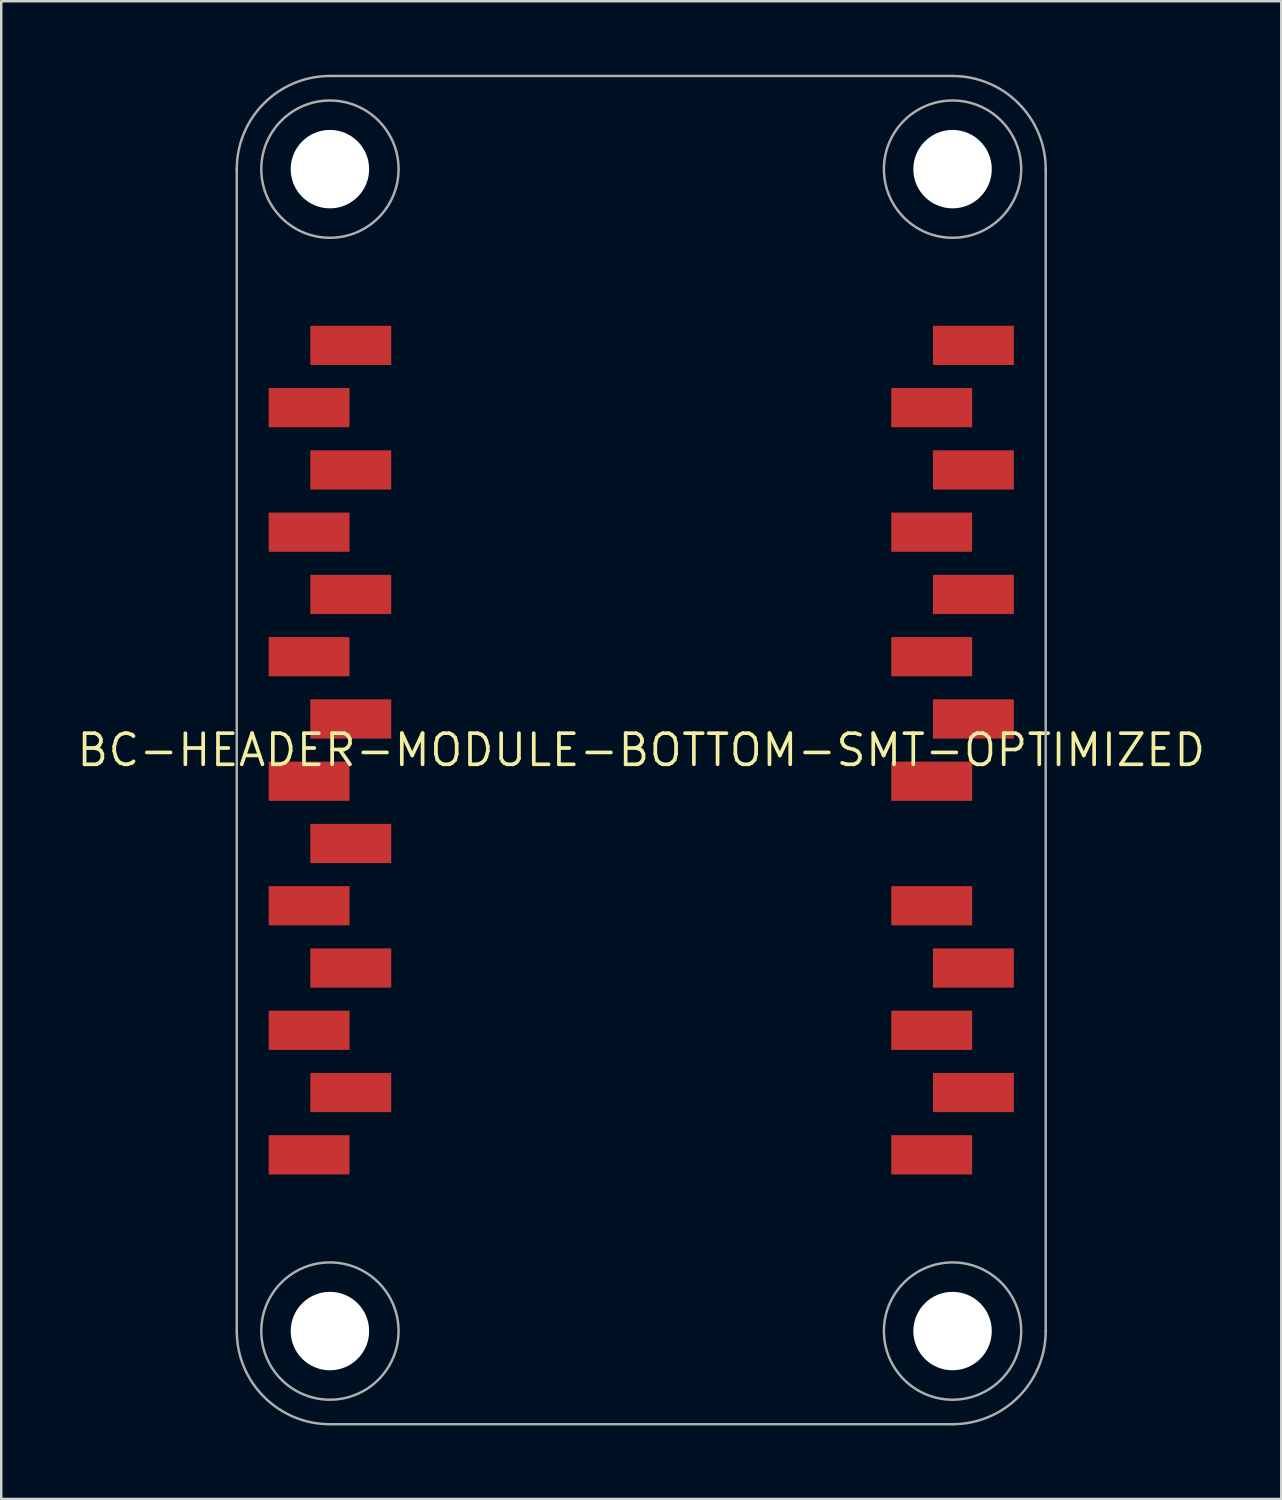
<source format=kicad_pcb>
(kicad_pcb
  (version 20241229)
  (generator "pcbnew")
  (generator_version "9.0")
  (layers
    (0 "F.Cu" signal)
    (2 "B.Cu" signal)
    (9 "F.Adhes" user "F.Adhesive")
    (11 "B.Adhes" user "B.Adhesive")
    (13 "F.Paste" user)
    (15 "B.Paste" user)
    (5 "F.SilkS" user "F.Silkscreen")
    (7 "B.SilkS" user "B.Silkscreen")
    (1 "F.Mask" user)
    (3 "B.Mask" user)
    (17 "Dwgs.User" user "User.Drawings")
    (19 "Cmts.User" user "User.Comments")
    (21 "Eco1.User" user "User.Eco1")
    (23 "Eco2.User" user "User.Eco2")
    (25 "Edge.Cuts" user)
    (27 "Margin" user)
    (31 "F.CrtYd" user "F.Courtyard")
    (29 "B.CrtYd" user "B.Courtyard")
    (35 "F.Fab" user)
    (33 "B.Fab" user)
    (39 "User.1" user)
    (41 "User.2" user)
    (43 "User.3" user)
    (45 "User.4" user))
  (footprint "BC-HEADER-MODULE-BOTTOM-SMT-OPTIMIZED"
    (layer "F.Cu")
    (at 23.109 27.55)
    (property "Reference" "BC-HEADER-MODULE-BOTTOM-SMT-OPTIMIZED" (at 0 0 0) (unlocked yes) (layer "F.SilkS") (effects (font (size 1.27 1.27) (thickness 0.15))))
    (fp_poly (pts (xy -11.9 -13.17) (xy -15.2 -13.17) (xy -15.2 -14.77) (xy -11.9 -14.77)) (stroke (width 0) (type default)) (fill yes) (layer "F.Cu"))
    (fp_poly (pts (xy -11.9 -8.09) (xy -15.2 -8.09) (xy -15.2 -9.69) (xy -11.9 -9.69)) (stroke (width 0) (type default)) (fill yes) (layer "F.Cu"))
    (fp_poly (pts (xy -11.9 -3.01) (xy -15.2 -3.01) (xy -15.2 -4.61) (xy -11.9 -4.61)) (stroke (width 0) (type default)) (fill yes) (layer "F.Cu"))
    (fp_poly (pts (xy -11.9 2.07) (xy -15.2 2.07) (xy -15.2 0.47) (xy -11.9 0.47)) (stroke (width 0) (type default)) (fill yes) (layer "F.Cu"))
    (fp_poly (pts (xy -11.9 7.15) (xy -15.2 7.15) (xy -15.2 5.55) (xy -11.9 5.55)) (stroke (width 0) (type default)) (fill yes) (layer "F.Cu"))
    (fp_poly (pts (xy -11.9 12.23) (xy -15.2 12.23) (xy -15.2 10.63) (xy -11.9 10.63)) (stroke (width 0) (type default)) (fill yes) (layer "F.Cu"))
    (fp_poly (pts (xy -11.9 17.31) (xy -15.2 17.31) (xy -15.2 15.71) (xy -11.9 15.71)) (stroke (width 0) (type default)) (fill yes) (layer "F.Cu"))
    (fp_poly (pts (xy -10.2 -15.71) (xy -13.5 -15.71) (xy -13.5 -17.31) (xy -10.2 -17.31)) (stroke (width 0) (type default)) (fill yes) (layer "F.Cu"))
    (fp_poly (pts (xy -10.2 -10.63) (xy -13.5 -10.63) (xy -13.5 -12.23) (xy -10.2 -12.23)) (stroke (width 0) (type default)) (fill yes) (layer "F.Cu"))
    (fp_poly (pts (xy -10.2 -5.55) (xy -13.5 -5.55) (xy -13.5 -7.15) (xy -10.2 -7.15)) (stroke (width 0) (type default)) (fill yes) (layer "F.Cu"))
    (fp_poly (pts (xy -10.2 -0.47) (xy -13.5 -0.47) (xy -13.5 -2.07) (xy -10.2 -2.07)) (stroke (width 0) (type default)) (fill yes) (layer "F.Cu"))
    (fp_poly (pts (xy -10.2 4.61) (xy -13.5 4.61) (xy -13.5 3.01) (xy -10.2 3.01)) (stroke (width 0) (type default)) (fill yes) (layer "F.Cu"))
    (fp_poly (pts (xy -10.2 9.69) (xy -13.5 9.69) (xy -13.5 8.09) (xy -10.2 8.09)) (stroke (width 0) (type default)) (fill yes) (layer "F.Cu"))
    (fp_poly (pts (xy -10.2 14.77) (xy -13.5 14.77) (xy -13.5 13.17) (xy -10.2 13.17)) (stroke (width 0) (type default)) (fill yes) (layer "F.Cu"))
    (fp_poly (pts (xy 13.5 -13.17) (xy 10.2 -13.17) (xy 10.2 -14.77) (xy 13.5 -14.77)) (stroke (width 0) (type default)) (fill yes) (layer "F.Cu"))
    (fp_poly (pts (xy 13.5 -8.09) (xy 10.2 -8.09) (xy 10.2 -9.69) (xy 13.5 -9.69)) (stroke (width 0) (type default)) (fill yes) (layer "F.Cu"))
    (fp_poly (pts (xy 13.5 -3.01) (xy 10.2 -3.01) (xy 10.2 -4.61) (xy 13.5 -4.61)) (stroke (width 0) (type default)) (fill yes) (layer "F.Cu"))
    (fp_poly (pts (xy 13.5 2.07) (xy 10.2 2.07) (xy 10.2 0.47) (xy 13.5 0.47)) (stroke (width 0) (type default)) (fill yes) (layer "F.Cu"))
    (fp_poly (pts (xy 13.5 7.15) (xy 10.2 7.15) (xy 10.2 5.55) (xy 13.5 5.55)) (stroke (width 0) (type default)) (fill yes) (layer "F.Cu"))
    (fp_poly (pts (xy 13.5 12.23) (xy 10.2 12.23) (xy 10.2 10.63) (xy 13.5 10.63)) (stroke (width 0) (type default)) (fill yes) (layer "F.Cu"))
    (fp_poly (pts (xy 13.5 17.31) (xy 10.2 17.31) (xy 10.2 15.71) (xy 13.5 15.71)) (stroke (width 0) (type default)) (fill yes) (layer "F.Cu"))
    (fp_poly (pts (xy 15.2 -15.71) (xy 11.9 -15.71) (xy 11.9 -17.31) (xy 15.2 -17.31)) (stroke (width 0) (type default)) (fill yes) (layer "F.Cu"))
    (fp_poly (pts (xy 15.2 -10.63) (xy 11.9 -10.63) (xy 11.9 -12.23) (xy 15.2 -12.23)) (stroke (width 0) (type default)) (fill yes) (layer "F.Cu"))
    (fp_poly (pts (xy 15.2 -5.55) (xy 11.9 -5.55) (xy 11.9 -7.15) (xy 15.2 -7.15)) (stroke (width 0) (type default)) (fill yes) (layer "F.Cu"))
    (fp_poly (pts (xy 15.2 -0.47) (xy 11.9 -0.47) (xy 11.9 -2.07) (xy 15.2 -2.07)) (stroke (width 0) (type default)) (fill yes) (layer "F.Cu"))
    (fp_poly (pts (xy 15.2 9.69) (xy 11.9 9.69) (xy 11.9 8.09) (xy 15.2 8.09)) (stroke (width 0) (type default)) (fill yes) (layer "F.Cu"))
    (fp_poly (pts (xy 15.2 14.77) (xy 11.9 14.77) (xy 11.9 13.17) (xy 15.2 13.17)) (stroke (width 0) (type default)) (fill yes) (layer "F.Cu"))
    (fp_poly (pts (xy -13.6 -15.61) (xy -10.1 -15.61) (xy -10.1 -17.41) (xy -13.6 -17.41)) (stroke (width 0) (type default)) (fill yes) (layer "F.Mask"))
    (fp_poly (pts (xy -13.6 -10.53) (xy -10.1 -10.53) (xy -10.1 -12.33) (xy -13.6 -12.33)) (stroke (width 0) (type default)) (fill yes) (layer "F.Mask"))
    (fp_poly (pts (xy -13.6 -5.45) (xy -10.1 -5.45) (xy -10.1 -7.25) (xy -13.6 -7.25)) (stroke (width 0) (type default)) (fill yes) (layer "F.Mask"))
    (fp_poly (pts (xy -13.6 -0.37) (xy -10.1 -0.37) (xy -10.1 -2.17) (xy -13.6 -2.17)) (stroke (width 0) (type default)) (fill yes) (layer "F.Mask"))
    (fp_poly (pts (xy -13.6 4.71) (xy -10.1 4.71) (xy -10.1 2.91) (xy -13.6 2.91)) (stroke (width 0) (type default)) (fill yes) (layer "F.Mask"))
    (fp_poly (pts (xy -13.6 9.79) (xy -10.1 9.79) (xy -10.1 7.99) (xy -13.6 7.99)) (stroke (width 0) (type default)) (fill yes) (layer "F.Mask"))
    (fp_poly (pts (xy -13.6 14.87) (xy -10.1 14.87) (xy -10.1 13.07) (xy -13.6 13.07)) (stroke (width 0) (type default)) (fill yes) (layer "F.Mask"))
    (fp_poly (pts (xy -11.8 -14.87) (xy -15.3 -14.87) (xy -15.3 -13.07) (xy -11.8 -13.07)) (stroke (width 0) (type default)) (fill yes) (layer "F.Mask"))
    (fp_poly (pts (xy -11.8 -9.79) (xy -15.3 -9.79) (xy -15.3 -7.99) (xy -11.8 -7.99)) (stroke (width 0) (type default)) (fill yes) (layer "F.Mask"))
    (fp_poly (pts (xy -11.8 -4.71) (xy -15.3 -4.71) (xy -15.3 -2.91) (xy -11.8 -2.91)) (stroke (width 0) (type default)) (fill yes) (layer "F.Mask"))
    (fp_poly (pts (xy -11.8 0.37) (xy -15.3 0.37) (xy -15.3 2.17) (xy -11.8 2.17)) (stroke (width 0) (type default)) (fill yes) (layer "F.Mask"))
    (fp_poly (pts (xy -11.8 5.45) (xy -15.3 5.45) (xy -15.3 7.25) (xy -11.8 7.25)) (stroke (width 0) (type default)) (fill yes) (layer "F.Mask"))
    (fp_poly (pts (xy -11.8 10.53) (xy -15.3 10.53) (xy -15.3 12.33) (xy -11.8 12.33)) (stroke (width 0) (type default)) (fill yes) (layer "F.Mask"))
    (fp_poly (pts (xy -11.8 15.61) (xy -15.3 15.61) (xy -15.3 17.41) (xy -11.8 17.41)) (stroke (width 0) (type default)) (fill yes) (layer "F.Mask"))
    (fp_poly (pts (xy 11.8 -15.61) (xy 15.3 -15.61) (xy 15.3 -17.41) (xy 11.8 -17.41)) (stroke (width 0) (type default)) (fill yes) (layer "F.Mask"))
    (fp_poly (pts (xy 11.8 -10.53) (xy 15.3 -10.53) (xy 15.3 -12.33) (xy 11.8 -12.33)) (stroke (width 0) (type default)) (fill yes) (layer "F.Mask"))
    (fp_poly (pts (xy 11.8 -5.45) (xy 15.3 -5.45) (xy 15.3 -7.25) (xy 11.8 -7.25)) (stroke (width 0) (type default)) (fill yes) (layer "F.Mask"))
    (fp_poly (pts (xy 11.8 -0.37) (xy 15.3 -0.37) (xy 15.3 -2.17) (xy 11.8 -2.17)) (stroke (width 0) (type default)) (fill yes) (layer "F.Mask"))
    (fp_poly (pts (xy 11.8 9.79) (xy 15.3 9.79) (xy 15.3 7.99) (xy 11.8 7.99)) (stroke (width 0) (type default)) (fill yes) (layer "F.Mask"))
    (fp_poly (pts (xy 11.8 14.87) (xy 15.3 14.87) (xy 15.3 13.07) (xy 11.8 13.07)) (stroke (width 0) (type default)) (fill yes) (layer "F.Mask"))
    (fp_poly (pts (xy 13.6 -14.87) (xy 10.1 -14.87) (xy 10.1 -13.07) (xy 13.6 -13.07)) (stroke (width 0) (type default)) (fill yes) (layer "F.Mask"))
    (fp_poly (pts (xy 13.6 -9.79) (xy 10.1 -9.79) (xy 10.1 -7.99) (xy 13.6 -7.99)) (stroke (width 0) (type default)) (fill yes) (layer "F.Mask"))
    (fp_poly (pts (xy 13.6 -4.71) (xy 10.1 -4.71) (xy 10.1 -2.91) (xy 13.6 -2.91)) (stroke (width 0) (type default)) (fill yes) (layer "F.Mask"))
    (fp_poly (pts (xy 13.6 0.37) (xy 10.1 0.37) (xy 10.1 2.17) (xy 13.6 2.17)) (stroke (width 0) (type default)) (fill yes) (layer "F.Mask"))
    (fp_poly (pts (xy 13.6 5.45) (xy 10.1 5.45) (xy 10.1 7.25) (xy 13.6 7.25)) (stroke (width 0) (type default)) (fill yes) (layer "F.Mask"))
    (fp_poly (pts (xy 13.6 10.53) (xy 10.1 10.53) (xy 10.1 12.33) (xy 13.6 12.33)) (stroke (width 0) (type default)) (fill yes) (layer "F.Mask"))
    (fp_poly (pts (xy 13.6 15.61) (xy 10.1 15.61) (xy 10.1 17.41) (xy 13.6 17.41)) (stroke (width 0) (type default)) (fill yes) (layer "F.Mask"))
    (fp_poly (pts (xy -15.7 -13.32) (xy -13.6 -13.32) (xy -13.6 -14.62) (xy -15.7 -14.62)) (stroke (width 0) (type default)) (fill yes) (layer "F.Paste"))
    (fp_poly (pts (xy -15.7 -8.24) (xy -13.6 -8.24) (xy -13.6 -9.54) (xy -15.7 -9.54)) (stroke (width 0) (type default)) (fill yes) (layer "F.Paste"))
    (fp_poly (pts (xy -15.7 -3.16) (xy -13.6 -3.16) (xy -13.6 -4.46) (xy -15.7 -4.46)) (stroke (width 0) (type default)) (fill yes) (layer "F.Paste"))
    (fp_poly (pts (xy -15.7 1.92) (xy -13.6 1.92) (xy -13.6 0.62) (xy -15.7 0.62)) (stroke (width 0) (type default)) (fill yes) (layer "F.Paste"))
    (fp_poly (pts (xy -15.7 7) (xy -13.6 7) (xy -13.6 5.7) (xy -15.7 5.7)) (stroke (width 0) (type default)) (fill yes) (layer "F.Paste"))
    (fp_poly (pts (xy -13.6 10.78) (xy -15.7 10.78) (xy -15.7 12.08) (xy -13.6 12.08)) (stroke (width 0) (type default)) (fill yes) (layer "F.Paste"))
    (fp_poly (pts (xy -13.6 15.86) (xy -15.7 15.86) (xy -15.7 17.16) (xy -13.6 17.16)) (stroke (width 0) (type default)) (fill yes) (layer "F.Paste"))
    (fp_poly (pts (xy -11.8 -10.78) (xy -9.7 -10.78) (xy -9.7 -12.08) (xy -11.8 -12.08)) (stroke (width 0) (type default)) (fill yes) (layer "F.Paste"))
    (fp_poly (pts (xy -11.8 -5.7) (xy -9.7 -5.7) (xy -9.7 -7) (xy -11.8 -7)) (stroke (width 0) (type default)) (fill yes) (layer "F.Paste"))
    (fp_poly (pts (xy -11.8 -0.62) (xy -9.7 -0.62) (xy -9.7 -1.92) (xy -11.8 -1.92)) (stroke (width 0) (type default)) (fill yes) (layer "F.Paste"))
    (fp_poly (pts (xy -11.8 4.46) (xy -9.7 4.46) (xy -9.7 3.16) (xy -11.8 3.16)) (stroke (width 0) (type default)) (fill yes) (layer "F.Paste"))
    (fp_poly (pts (xy -11.8 9.54) (xy -9.7 9.54) (xy -9.7 8.24) (xy -11.8 8.24)) (stroke (width 0) (type default)) (fill yes) (layer "F.Paste"))
    (fp_poly (pts (xy -11.8 14.62) (xy -9.7 14.62) (xy -9.7 13.32) (xy -11.8 13.32)) (stroke (width 0) (type default)) (fill yes) (layer "F.Paste"))
    (fp_poly (pts (xy -9.7 -17.16) (xy -11.8 -17.16) (xy -11.8 -15.86) (xy -9.7 -15.86)) (stroke (width 0) (type default)) (fill yes) (layer "F.Paste"))
    (fp_poly (pts (xy 9.7 -13.32) (xy 11.8 -13.32) (xy 11.8 -14.62) (xy 9.7 -14.62)) (stroke (width 0) (type default)) (fill yes) (layer "F.Paste"))
    (fp_poly (pts (xy 9.7 -8.24) (xy 11.8 -8.24) (xy 11.8 -9.54) (xy 9.7 -9.54)) (stroke (width 0) (type default)) (fill yes) (layer "F.Paste"))
    (fp_poly (pts (xy 9.7 -3.16) (xy 11.8 -3.16) (xy 11.8 -4.46) (xy 9.7 -4.46)) (stroke (width 0) (type default)) (fill yes) (layer "F.Paste"))
    (fp_poly (pts (xy 9.7 1.92) (xy 11.8 1.92) (xy 11.8 0.62) (xy 9.7 0.62)) (stroke (width 0) (type default)) (fill yes) (layer "F.Paste"))
    (fp_poly (pts (xy 9.7 7) (xy 11.8 7) (xy 11.8 5.7) (xy 9.7 5.7)) (stroke (width 0) (type default)) (fill yes) (layer "F.Paste"))
    (fp_poly (pts (xy 11.8 10.78) (xy 9.7 10.78) (xy 9.7 12.08) (xy 11.8 12.08)) (stroke (width 0) (type default)) (fill yes) (layer "F.Paste"))
    (fp_poly (pts (xy 11.8 15.86) (xy 9.7 15.86) (xy 9.7 17.16) (xy 11.8 17.16)) (stroke (width 0) (type default)) (fill yes) (layer "F.Paste"))
    (fp_poly (pts (xy 13.6 -10.78) (xy 15.7 -10.78) (xy 15.7 -12.08) (xy 13.6 -12.08)) (stroke (width 0) (type default)) (fill yes) (layer "F.Paste"))
    (fp_poly (pts (xy 13.6 -5.7) (xy 15.7 -5.7) (xy 15.7 -7) (xy 13.6 -7)) (stroke (width 0) (type default)) (fill yes) (layer "F.Paste"))
    (fp_poly (pts (xy 13.6 -0.62) (xy 15.7 -0.62) (xy 15.7 -1.92) (xy 13.6 -1.92)) (stroke (width 0) (type default)) (fill yes) (layer "F.Paste"))
    (fp_poly (pts (xy 13.6 9.54) (xy 15.7 9.54) (xy 15.7 8.24) (xy 13.6 8.24)) (stroke (width 0) (type default)) (fill yes) (layer "F.Paste"))
    (fp_poly (pts (xy 13.6 14.62) (xy 15.7 14.62) (xy 15.7 13.32) (xy 13.6 13.32)) (stroke (width 0) (type default)) (fill yes) (layer "F.Paste"))
    (fp_poly (pts (xy 15.7 -17.16) (xy 13.6 -17.16) (xy 13.6 -15.86) (xy 15.7 -15.86)) (stroke (width 0) (type default)) (fill yes) (layer "F.Paste"))
    (fp_line (start -16.5 23.7) (end -16.5 -23.7) (stroke (width 0.1) (type solid)) (layer "F.Fab"))
    (fp_line (start -12.7 -27.5) (end 12.7 -27.5) (stroke (width 0.1) (type solid)) (layer "F.Fab"))
    (fp_line (start 12.7 27.5) (end -12.7 27.5) (stroke (width 0.1) (type solid)) (layer "F.Fab"))
    (fp_line (start 16.5 -23.7) (end 16.5 23.7) (stroke (width 0.1) (type solid)) (layer "F.Fab"))
    (fp_arc (start -16.5 -23.7) (mid -15.387006 -26.387006) (end -12.7 -27.5) (stroke (width 0.1) (type solid)) (layer "F.Fab"))
    (fp_arc (start -12.7 27.5) (mid -15.387006 26.387006) (end -16.5 23.7) (stroke (width 0.1) (type solid)) (layer "F.Fab"))
    (fp_arc (start 12.7 -27.5) (mid 15.387006 -26.387006) (end 16.5 -23.7) (stroke (width 0.1) (type solid)) (layer "F.Fab"))
    (fp_arc (start 16.5 23.7) (mid 15.387006 26.387006) (end 12.7 27.5) (stroke (width 0.1) (type solid)) (layer "F.Fab"))
    (fp_circle (center -12.7 -23.7) (end -9.9 -23.7) (stroke (width 0.1) (type solid)) (fill no) (layer "F.Fab"))
    (fp_circle (center -12.7 23.7) (end -9.9 23.7) (stroke (width 0.1) (type solid)) (fill no) (layer "F.Fab"))
    (fp_circle (center 12.7 -23.7) (end 15.5 -23.7) (stroke (width 0.1) (type solid)) (fill no) (layer "F.Fab"))
    (fp_circle (center 12.7 23.7) (end 15.5 23.7) (stroke (width 0.1) (type solid)) (fill no) (layer "F.Fab"))
    (pad "" np_thru_hole circle (at -12.7 -23.7) (size 3.2 3.2) (drill 3.2) (layers "*.Cu" "*.Mask"))
    (pad "" np_thru_hole circle (at -12.7 23.7) (size 3.2 3.2) (drill 3.2) (layers "*.Cu" "*.Mask"))
    (pad "" np_thru_hole circle (at 12.7 -23.7) (size 3.2 3.2) (drill 3.2) (layers "*.Cu" "*.Mask"))
    (pad "" np_thru_hole circle (at 12.7 23.7) (size 3.2 3.2) (drill 3.2) (layers "*.Cu" "*.Mask"))
    (pad "1" smd roundrect (at -12.7 -16.51) (size 1 1) (layers "F.Cu") (roundrect_rratio 0.5))
    (pad "2" smd roundrect (at -12.7 -13.97) (size 1 1) (layers "F.Cu") (roundrect_rratio 0.5))
    (pad "3" smd roundrect (at -12.7 -11.43) (size 1 1) (layers "F.Cu") (roundrect_rratio 0.5))
    (pad "4" smd roundrect (at -12.7 -8.89) (size 1 1) (layers "F.Cu") (roundrect_rratio 0.5))
    (pad "5" smd roundrect (at -12.7 -6.35) (size 1 1) (layers "F.Cu") (roundrect_rratio 0.5))
    (pad "6" smd roundrect (at -12.7 -3.81) (size 1 1) (layers "F.Cu") (roundrect_rratio 0.5))
    (pad "7" smd roundrect (at -12.7 -1.27) (size 1 1) (layers "F.Cu") (roundrect_rratio 0.5))
    (pad "8" smd roundrect (at -12.7 1.27) (size 1 1) (layers "F.Cu") (roundrect_rratio 0.5))
    (pad "9" smd roundrect (at -12.7 3.81) (size 1 1) (layers "F.Cu") (roundrect_rratio 0.5))
    (pad "10" smd roundrect (at -12.7 6.35) (size 1 1) (layers "F.Cu") (roundrect_rratio 0.5))
    (pad "11" smd roundrect (at -12.7 8.89) (size 1 1) (layers "F.Cu") (roundrect_rratio 0.5))
    (pad "12" smd roundrect (at -12.7 11.43) (size 1 1) (layers "F.Cu") (roundrect_rratio 0.5))
    (pad "13" smd roundrect (at -12.7 13.97) (size 1 1) (layers "F.Cu") (roundrect_rratio 0.5))
    (pad "14" smd roundrect (at -12.7 16.51) (size 1 1) (layers "F.Cu") (roundrect_rratio 0.5))
    (pad "15" smd roundrect (at 12.7 16.51) (size 1 1) (layers "F.Cu") (roundrect_rratio 0.5))
    (pad "16" smd roundrect (at 12.7 13.97) (size 1 1) (layers "F.Cu") (roundrect_rratio 0.5))
    (pad "17" smd roundrect (at 12.7 11.43) (size 1 1) (layers "F.Cu") (roundrect_rratio 0.5))
    (pad "18" smd roundrect (at 12.7 8.89) (size 1 1) (layers "F.Cu") (roundrect_rratio 0.5))
    (pad "19" smd roundrect (at 12.7 6.35) (size 1 1) (layers "F.Cu") (roundrect_rratio 0.5))
    (pad "21" smd roundrect (at 12.7 1.27) (size 1 1) (layers "F.Cu") (roundrect_rratio 0.5))
    (pad "22" smd roundrect (at 12.7 -1.27) (size 1 1) (layers "F.Cu") (roundrect_rratio 0.5))
    (pad "23" smd roundrect (at 12.7 -3.81) (size 1 1) (layers "F.Cu") (roundrect_rratio 0.5))
    (pad "24" smd roundrect (at 12.7 -6.35) (size 1 1) (layers "F.Cu") (roundrect_rratio 0.5))
    (pad "25" smd roundrect (at 12.7 -8.89) (size 1 1) (layers "F.Cu") (roundrect_rratio 0.5))
    (pad "26" smd roundrect (at 12.7 -11.43) (size 1 1) (layers "F.Cu") (roundrect_rratio 0.5))
    (pad "27" smd roundrect (at 12.7 -13.97) (size 1 1) (layers "F.Cu") (roundrect_rratio 0.5))
    (pad "28" smd roundrect (at 12.7 -16.51) (size 1 1) (layers "F.Cu") (roundrect_rratio 0.5))
    (zone (net_name "") (layer "F.Cu") (hatch edge 0.5) (connect_pads) (min_thickness 0.25) (filled_areas_thickness no) (keepout (tracks not_allowed) (vias not_allowed) (pads not_allowed) (copperpour not_allowed) (footprints allowed)) (placement (enabled no)) (fill) (polygon (pts (xy 6.709 48.15) (xy 10.409 48.15) (xy 10.756 48.169) (xy 11.099 48.228) (xy 11.433 48.324) (xy 11.754 48.457) (xy 12.058 48.625) (xy 12.342 48.826) (xy 12.601 49.058) (xy 12.833 49.317) (xy 13.034 49.601) (xy 13.202 49.905) (xy 13.335 50.226) (xy 13.431 50.56) (xy 13.509 51.25) (xy 13.509 54.95) (xy 10.409 54.95) (xy 10.022 54.93) (xy 9.64 54.869) (xy 9.266 54.769) (xy 8.904 54.63) (xy 8.559 54.454) (xy 8.234 54.243) (xy 7.933 54) (xy 7.66 53.726) (xy 7.416 53.425) (xy 7.205 53.1) (xy 7.029 52.755) (xy 6.89 52.393) (xy 6.79 52.019) (xy 6.709 51.25))))
    (zone (net_name "") (layer "F.Cu") (hatch edge 0.5) (connect_pads) (min_thickness 0.25) (filled_areas_thickness no) (keepout (tracks not_allowed) (vias not_allowed) (pads not_allowed) (copperpour not_allowed) (footprints allowed)) (placement (enabled no)) (fill) (polygon (pts (xy 13.509 0.15) (xy 13.509 3.85) (xy 13.49 4.197) (xy 13.431 4.54) (xy 13.335 4.874) (xy 13.202 5.195) (xy 13.034 5.499) (xy 12.833 5.783) (xy 12.601 6.042) (xy 12.342 6.274) (xy 12.058 6.475) (xy 11.754 6.643) (xy 11.433 6.776) (xy 11.099 6.872) (xy 10.409 6.95) (xy 6.709 6.95) (xy 6.709 3.85) (xy 6.729 3.463) (xy 6.79 3.081) (xy 6.89 2.707) (xy 7.029 2.345) (xy 7.205 2) (xy 7.416 1.675) (xy 7.66 1.374) (xy 7.933 1.1) (xy 8.234 0.857) (xy 8.559 0.646) (xy 8.904 0.47) (xy 9.266 0.331) (xy 9.64 0.231) (xy 10.409 0.15))))
    (zone (net_name "") (layer "F.Cu") (hatch edge 0.5) (connect_pads) (min_thickness 0.25) (filled_areas_thickness no) (keepout (tracks not_allowed) (vias not_allowed) (pads not_allowed) (copperpour not_allowed) (footprints allowed)) (placement (enabled no)) (fill) (polygon (pts (xy 32.709 54.95) (xy 32.709 51.25) (xy 32.729 50.903) (xy 32.787 50.56) (xy 32.883 50.226) (xy 33.016 49.905) (xy 33.184 49.601) (xy 33.386 49.317) (xy 33.617 49.058) (xy 33.876 48.826) (xy 34.16 48.625) (xy 34.464 48.457) (xy 34.785 48.324) (xy 35.119 48.228) (xy 35.809 48.15) (xy 39.509 48.15) (xy 39.509 51.25) (xy 39.489 51.637) (xy 39.428 52.019) (xy 39.328 52.393) (xy 39.189 52.755) (xy 39.013 53.1) (xy 38.803 53.425) (xy 38.559 53.726) (xy 38.285 54) (xy 37.984 54.243) (xy 37.659 54.454) (xy 37.314 54.63) (xy 36.953 54.769) (xy 36.578 54.869) (xy 36.196 54.93) (xy 35.809 54.95))))
    (zone (net_name "") (layer "F.Cu") (hatch edge 0.5) (connect_pads) (min_thickness 0.25) (filled_areas_thickness no) (keepout (tracks not_allowed) (vias not_allowed) (pads not_allowed) (copperpour not_allowed) (footprints allowed)) (placement (enabled no)) (fill) (polygon (pts (xy 39.509 6.95) (xy 35.809 6.95) (xy 35.462 6.931) (xy 35.119 6.872) (xy 34.785 6.776) (xy 34.464 6.643) (xy 34.16 6.475) (xy 33.876 6.274) (xy 33.617 6.042) (xy 33.386 5.783) (xy 33.184 5.499) (xy 33.016 5.195) (xy 32.883 4.874) (xy 32.787 4.54) (xy 32.709 3.85) (xy 32.709 0.15) (xy 35.809 0.15) (xy 36.196 0.17) (xy 36.578 0.231) (xy 36.953 0.331) (xy 37.314 0.47) (xy 37.659 0.646) (xy 37.984 0.857) (xy 38.285 1.1) (xy 38.559 1.374) (xy 38.803 1.675) (xy 39.013 2) (xy 39.189 2.345) (xy 39.328 2.707) (xy 39.428 3.081) (xy 39.489 3.463) (xy 39.509 3.85))))
    (zone (net_name "") (layer "B.Cu") (hatch edge 0.5) (connect_pads) (min_thickness 0.25) (filled_areas_thickness no) (keepout (tracks not_allowed) (vias not_allowed) (pads not_allowed) (copperpour not_allowed) (footprints allowed)) (placement (enabled no)) (fill) (polygon (pts (xy 6.709 48.15) (xy 10.409 48.15) (xy 10.756 48.169) (xy 11.099 48.228) (xy 11.433 48.324) (xy 11.754 48.457) (xy 12.058 48.625) (xy 12.342 48.826) (xy 12.601 49.058) (xy 12.833 49.317) (xy 13.034 49.601) (xy 13.202 49.905) (xy 13.335 50.226) (xy 13.431 50.56) (xy 13.509 51.25) (xy 13.509 54.95) (xy 10.409 54.95) (xy 10.022 54.93) (xy 9.64 54.869) (xy 9.266 54.769) (xy 8.904 54.63) (xy 8.559 54.454) (xy 8.234 54.243) (xy 7.933 54) (xy 7.66 53.726) (xy 7.416 53.425) (xy 7.205 53.1) (xy 7.029 52.755) (xy 6.89 52.393) (xy 6.79 52.019) (xy 6.709 51.25))))
    (zone (net_name "") (layer "B.Cu") (hatch edge 0.5) (connect_pads) (min_thickness 0.25) (filled_areas_thickness no) (keepout (tracks not_allowed) (vias not_allowed) (pads not_allowed) (copperpour not_allowed) (footprints allowed)) (placement (enabled no)) (fill) (polygon (pts (xy 13.509 0.15) (xy 13.509 3.85) (xy 13.49 4.197) (xy 13.431 4.54) (xy 13.335 4.874) (xy 13.202 5.195) (xy 13.034 5.499) (xy 12.833 5.783) (xy 12.601 6.042) (xy 12.342 6.274) (xy 12.058 6.475) (xy 11.754 6.643) (xy 11.433 6.776) (xy 11.099 6.872) (xy 10.409 6.95) (xy 6.709 6.95) (xy 6.709 3.85) (xy 6.729 3.463) (xy 6.79 3.081) (xy 6.89 2.707) (xy 7.029 2.345) (xy 7.205 2) (xy 7.416 1.675) (xy 7.66 1.374) (xy 7.933 1.1) (xy 8.234 0.857) (xy 8.559 0.646) (xy 8.904 0.47) (xy 9.266 0.331) (xy 9.64 0.231) (xy 10.409 0.15))))
    (zone (net_name "") (layer "B.Cu") (hatch edge 0.5) (connect_pads) (min_thickness 0.25) (filled_areas_thickness no) (keepout (tracks not_allowed) (vias not_allowed) (pads not_allowed) (copperpour not_allowed) (footprints allowed)) (placement (enabled no)) (fill) (polygon (pts (xy 32.709 54.95) (xy 32.709 51.25) (xy 32.729 50.903) (xy 32.787 50.56) (xy 32.883 50.226) (xy 33.016 49.905) (xy 33.184 49.601) (xy 33.386 49.317) (xy 33.617 49.058) (xy 33.876 48.826) (xy 34.16 48.625) (xy 34.464 48.457) (xy 34.785 48.324) (xy 35.119 48.228) (xy 35.809 48.15) (xy 39.509 48.15) (xy 39.509 51.25) (xy 39.489 51.637) (xy 39.428 52.019) (xy 39.328 52.393) (xy 39.189 52.755) (xy 39.013 53.1) (xy 38.803 53.425) (xy 38.559 53.726) (xy 38.285 54) (xy 37.984 54.243) (xy 37.659 54.454) (xy 37.314 54.63) (xy 36.953 54.769) (xy 36.578 54.869) (xy 36.196 54.93) (xy 35.809 54.95))))
    (zone (net_name "") (layer "B.Cu") (hatch edge 0.5) (connect_pads) (min_thickness 0.25) (filled_areas_thickness no) (keepout (tracks not_allowed) (vias not_allowed) (pads not_allowed) (copperpour not_allowed) (footprints allowed)) (placement (enabled no)) (fill) (polygon (pts (xy 39.509 6.95) (xy 35.809 6.95) (xy 35.462 6.931) (xy 35.119 6.872) (xy 34.785 6.776) (xy 34.464 6.643) (xy 34.16 6.475) (xy 33.876 6.274) (xy 33.617 6.042) (xy 33.386 5.783) (xy 33.184 5.499) (xy 33.016 5.195) (xy 32.883 4.874) (xy 32.787 4.54) (xy 32.709 3.85) (xy 32.709 0.15) (xy 35.809 0.15) (xy 36.196 0.17) (xy 36.578 0.231) (xy 36.953 0.331) (xy 37.314 0.47) (xy 37.659 0.646) (xy 37.984 0.857) (xy 38.285 1.1) (xy 38.559 1.374) (xy 38.803 1.675) (xy 39.013 2) (xy 39.189 2.345) (xy 39.328 2.707) (xy 39.428 3.081) (xy 39.489 3.463) (xy 39.509 3.85)))))
  (gr_rect
    (start -3 -3)
    (end 49.218 58.1)
    (stroke (width 0.1) (type default))
    (fill no)
    (layer "Edge.Cuts")))
</source>
